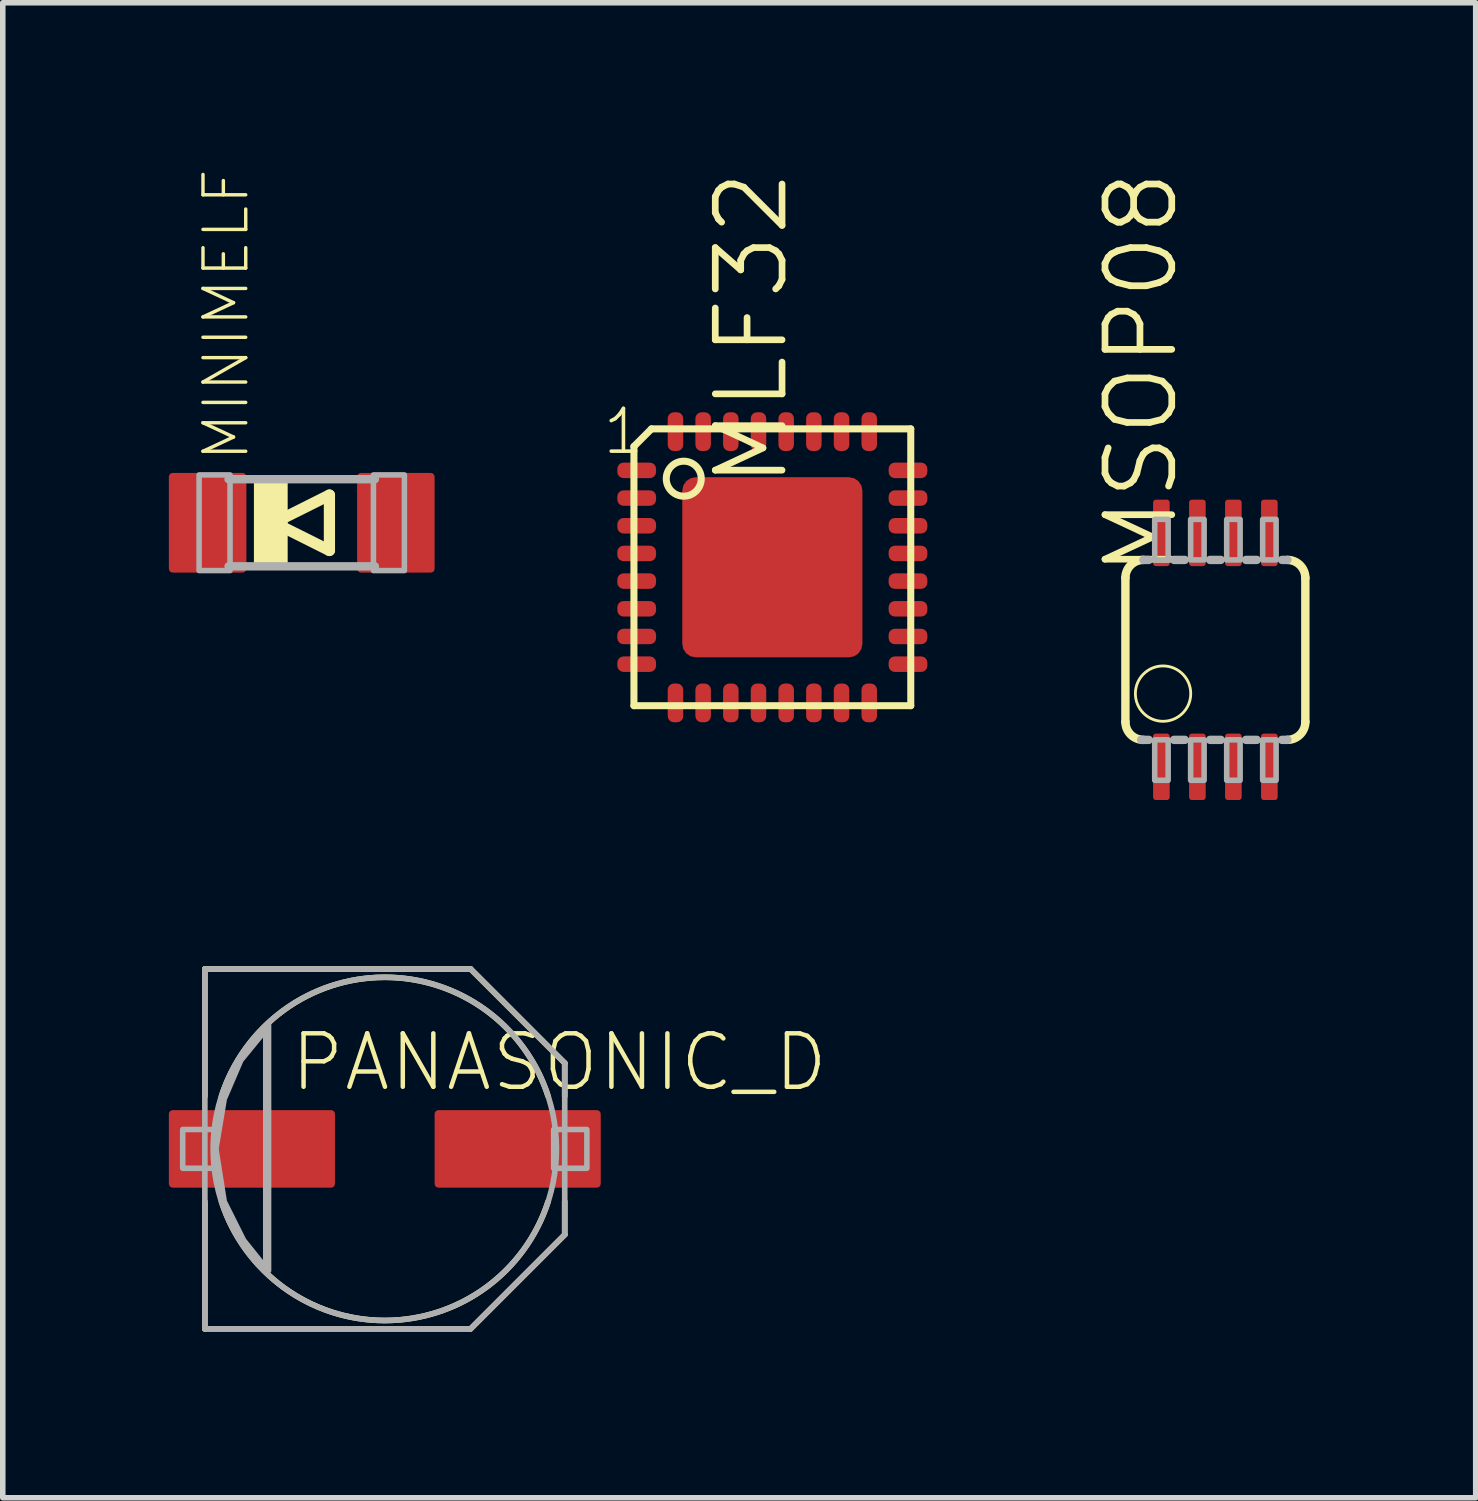
<source format=kicad_pcb>
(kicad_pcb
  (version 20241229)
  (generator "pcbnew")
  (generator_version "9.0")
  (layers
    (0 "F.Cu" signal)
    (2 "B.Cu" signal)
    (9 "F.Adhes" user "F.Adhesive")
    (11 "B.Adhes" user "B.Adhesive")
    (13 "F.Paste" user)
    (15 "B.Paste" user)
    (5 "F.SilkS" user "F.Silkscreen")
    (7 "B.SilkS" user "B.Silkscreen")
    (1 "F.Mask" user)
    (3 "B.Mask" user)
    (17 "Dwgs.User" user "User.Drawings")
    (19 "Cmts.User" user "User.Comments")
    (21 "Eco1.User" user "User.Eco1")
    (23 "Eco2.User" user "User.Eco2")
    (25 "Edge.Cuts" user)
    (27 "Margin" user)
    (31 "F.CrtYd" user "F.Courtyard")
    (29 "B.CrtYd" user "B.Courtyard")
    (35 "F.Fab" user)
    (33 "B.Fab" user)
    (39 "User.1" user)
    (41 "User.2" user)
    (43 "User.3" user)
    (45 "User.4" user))
  (footprint "MINIMELF"
    (layer "F.Cu")
    (at 2.4 6.392)
    (property "Reference" "MINIMELF" (at -0.914 -1.067 270) (layer "F.SilkS") (effects (font (size 0.772 0.772) (thickness 0.062)) (justify left bottom)))
    (attr through_hole)
    (fp_line (start -0.5 0) (end 0.5 0.5) (stroke (width 0.203) (type solid)) (layer "F.SilkS"))
    (fp_line (start 0.5 -0.5) (end -0.5 0) (stroke (width 0.203) (type solid)) (layer "F.SilkS"))
    (fp_line (start 0.5 0.5) (end 0.5 -0.5) (stroke (width 0.203) (type solid)) (layer "F.SilkS"))
    (fp_poly (pts (xy -0.864 0.787) (xy -0.254 0.787) (xy -0.254 -0.787) (xy -0.864 -0.787)) (stroke (width 0) (type solid)) (fill yes) (layer "F.SilkS"))
    (fp_line (start 1.321 -0.787) (end -1.321 -0.787) (stroke (width 0.152) (type solid)) (layer "F.Fab"))
    (fp_line (start 1.321 0.787) (end -1.321 0.787) (stroke (width 0.152) (type solid)) (layer "F.Fab"))
    (fp_poly (pts (xy -1.854 0.864) (xy -1.295 0.864) (xy -1.295 -0.864) (xy -1.854 -0.864)) (stroke (width 0.1) (type solid)) (fill no) (layer "F.Fab"))
    (fp_poly (pts (xy 1.295 0.864) (xy 1.854 0.864) (xy 1.854 -0.864) (xy 1.295 -0.864)) (stroke (width 0.1) (type solid)) (fill no) (layer "F.Fab"))
    (pad "A" smd roundrect (at 1.7 0) (size 1.4 1.8) (layers "F.Cu" "F.Mask" "F.Paste") (roundrect_rratio 0.05))
    (pad "C" smd roundrect (at -1.7 0) (size 1.4 1.8) (layers "F.Cu" "F.Mask" "F.Paste") (roundrect_rratio 0.05)))
  (footprint "PANASONIC_D"
    (layer "F.Cu")
    (at 3.9 17.701)
    (property "Reference" "PANASONIC_D" (at -1.75 -1 0) (layer "F.SilkS") (effects (font (size 0.965 0.965) (thickness 0.081)) (justify left bottom)))
    (attr through_hole)
    (fp_line (start -3.25 -3.25) (end 1.55 -3.25) (stroke (width 0.102) (type solid)) (layer "F.SilkS"))
    (fp_line (start -3.25 -0.95) (end -3.25 -3.25) (stroke (width 0.102) (type solid)) (layer "F.SilkS"))
    (fp_line (start -3.25 3.25) (end -3.25 0.95) (stroke (width 0.102) (type solid)) (layer "F.SilkS"))
    (fp_line (start 1.55 -3.25) (end 3.25 -1.55) (stroke (width 0.102) (type solid)) (layer "F.SilkS"))
    (fp_line (start 1.55 3.25) (end -3.25 3.25) (stroke (width 0.102) (type solid)) (layer "F.SilkS"))
    (fp_line (start 3.25 -1.55) (end 3.25 -0.95) (stroke (width 0.102) (type solid)) (layer "F.SilkS"))
    (fp_line (start 3.25 0.95) (end 3.25 1.55) (stroke (width 0.102) (type solid)) (layer "F.SilkS"))
    (fp_line (start 3.25 1.55) (end 1.55 3.25) (stroke (width 0.102) (type solid)) (layer "F.SilkS"))
    (fp_arc (start -2.95 -0.95) (mid 0 -3.099193) (end 2.95 -0.95) (stroke (width 0.1016) (type solid)) (layer "F.SilkS"))
    (fp_arc (start 2.95 0.95) (mid 0 3.099193) (end -2.95 0.95) (stroke (width 0.1016) (type solid)) (layer "F.SilkS"))
    (fp_line (start -3.25 -3.25) (end 1.55 -3.25) (stroke (width 0.102) (type solid)) (layer "F.Fab"))
    (fp_line (start -3.25 3.25) (end -3.25 -3.25) (stroke (width 0.102) (type solid)) (layer "F.Fab"))
    (fp_line (start -2.1 -2.25) (end -2.1 2.2) (stroke (width 0.102) (type solid)) (layer "F.Fab"))
    (fp_line (start 1.55 -3.25) (end 3.25 -1.55) (stroke (width 0.102) (type solid)) (layer "F.Fab"))
    (fp_line (start 1.55 3.25) (end -3.25 3.25) (stroke (width 0.102) (type solid)) (layer "F.Fab"))
    (fp_line (start 3.25 -1.55) (end 3.25 1.55) (stroke (width 0.102) (type solid)) (layer "F.Fab"))
    (fp_line (start 3.25 1.55) (end 1.55 3.25) (stroke (width 0.102) (type solid)) (layer "F.Fab"))
    (fp_circle (center 0 0) (end 3.1 0) (stroke (width 0.102) (type solid)) (fill no) (layer "F.Fab"))
    (fp_poly (pts (xy -3.65 0.35) (xy -3.05 0.35) (xy -3.05 -0.35) (xy -3.65 -0.35)) (stroke (width 0.1) (type solid)) (fill no) (layer "F.Fab"))
    (fp_poly (pts (xy 3.05 0.35) (xy 3.65 0.35) (xy 3.65 -0.35) (xy 3.05 -0.35)) (stroke (width 0.1) (type solid)) (fill no) (layer "F.Fab"))
    (fp_poly (pts (xy -2.15 -2.15) (xy -2.6 -1.6) (xy -2.9 -0.9) (xy -3.05 0) (xy -2.9 0.95) (xy -2.55 1.65) (xy -2.15 2.15) (xy -2.15 -2.1)) (stroke (width 0.1) (type solid)) (fill no) (layer "F.Fab"))
    (pad "+" smd roundrect (at 2.4 0) (size 3 1.4) (layers "F.Cu" "F.Mask" "F.Paste") (roundrect_rratio 0.05))
    (pad "-" smd roundrect (at -2.4 0) (size 3 1.4) (layers "F.Cu" "F.Mask" "F.Paste") (roundrect_rratio 0.05)))
  (footprint "MSOP08"
    (layer "F.Cu")
    (at 18.903 8.687)
    (property "Reference" "MSOP08" (at -0.635 -1.27 270) (layer "F.SilkS") (effects (font (size 1.206 1.206) (thickness 0.121)) (justify left bottom)))
    (attr through_hole)
    (fp_line (start -1.626 1.301) (end -1.626 -1.299) (stroke (width 0.152) (type solid)) (layer "F.SilkS"))
    (fp_line (start 1.624 -1.299) (end 1.624 1.301) (stroke (width 0.152) (type solid)) (layer "F.SilkS"))
    (fp_arc (start -1.626 -1.299) (mid -1.53081 -1.52881) (end -1.301 -1.624) (stroke (width 0.1524) (type solid)) (layer "F.SilkS"))
    (fp_arc (start -1.301 1.626) (mid -1.53081 1.53081) (end -1.626 1.301) (stroke (width 0.1524) (type solid)) (layer "F.SilkS"))
    (fp_arc (start 1.299 -1.624) (mid 1.52881 -1.52881) (end 1.624 -1.299) (stroke (width 0.1524) (type solid)) (layer "F.SilkS"))
    (fp_arc (start 1.624 1.301) (mid 1.52881 1.53081) (end 1.299 1.626) (stroke (width 0.1524) (type solid)) (layer "F.SilkS"))
    (fp_circle (center -0.946 0.791) (end -0.446 0.791) (stroke (width 0.051) (type solid)) (fill no) (layer "F.SilkS"))
    (fp_line (start -1.341 1.626) (end -1.204 1.626) (stroke (width 0.152) (type solid)) (layer "F.Fab"))
    (fp_line (start -1.301 -1.624) (end -1.204 -1.624) (stroke (width 0.152) (type solid)) (layer "F.Fab"))
    (fp_line (start -0.747 -1.624) (end -0.554 -1.624) (stroke (width 0.152) (type solid)) (layer "F.Fab"))
    (fp_line (start -0.747 1.626) (end -0.554 1.626) (stroke (width 0.152) (type solid)) (layer "F.Fab"))
    (fp_line (start -0.097 -1.624) (end 0.096 -1.624) (stroke (width 0.152) (type solid)) (layer "F.Fab"))
    (fp_line (start -0.097 1.626) (end 0.096 1.626) (stroke (width 0.152) (type solid)) (layer "F.Fab"))
    (fp_line (start 0.553 -1.624) (end 0.746 -1.624) (stroke (width 0.152) (type solid)) (layer "F.Fab"))
    (fp_line (start 0.553 1.626) (end 0.746 1.626) (stroke (width 0.152) (type solid)) (layer "F.Fab"))
    (fp_line (start 1.203 -1.624) (end 1.299 -1.624) (stroke (width 0.152) (type solid)) (layer "F.Fab"))
    (fp_line (start 1.203 1.626) (end 1.299 1.626) (stroke (width 0.152) (type solid)) (layer "F.Fab"))
    (fp_poly (pts (xy -1.097 -1.624) (xy -0.854 -1.624) (xy -0.854 -2.356) (xy -1.097 -2.356)) (stroke (width 0.1) (type solid)) (fill no) (layer "F.Fab"))
    (fp_poly (pts (xy -1.097 2.357) (xy -0.854 2.357) (xy -0.854 1.626) (xy -1.097 1.626)) (stroke (width 0.1) (type solid)) (fill no) (layer "F.Fab"))
    (fp_poly (pts (xy -0.448 -1.624) (xy -0.204 -1.624) (xy -0.204 -2.356) (xy -0.448 -2.356)) (stroke (width 0.1) (type solid)) (fill no) (layer "F.Fab"))
    (fp_poly (pts (xy -0.448 2.357) (xy -0.204 2.357) (xy -0.204 1.626) (xy -0.448 1.626)) (stroke (width 0.1) (type solid)) (fill no) (layer "F.Fab"))
    (fp_poly (pts (xy 0.203 -1.624) (xy 0.446 -1.624) (xy 0.446 -2.356) (xy 0.203 -2.356)) (stroke (width 0.1) (type solid)) (fill no) (layer "F.Fab"))
    (fp_poly (pts (xy 0.203 2.357) (xy 0.446 2.357) (xy 0.446 1.626) (xy 0.203 1.626)) (stroke (width 0.1) (type solid)) (fill no) (layer "F.Fab"))
    (fp_poly (pts (xy 0.853 -1.624) (xy 1.096 -1.624) (xy 1.096 -2.356) (xy 0.853 -2.356)) (stroke (width 0.1) (type solid)) (fill no) (layer "F.Fab"))
    (fp_poly (pts (xy 0.853 2.357) (xy 1.096 2.357) (xy 1.096 1.626) (xy 0.853 1.626)) (stroke (width 0.1) (type solid)) (fill no) (layer "F.Fab"))
    (pad "1" smd roundrect (at -0.976 2.113) (size 0.3 1.2) (layers "F.Cu" "F.Mask" "F.Paste") (roundrect_rratio 0.169))
    (pad "2" smd roundrect (at -0.326 2.113) (size 0.3 1.2) (layers "F.Cu" "F.Mask" "F.Paste") (roundrect_rratio 0.169))
    (pad "3" smd roundrect (at 0.324 2.113) (size 0.3 1.2) (layers "F.Cu" "F.Mask" "F.Paste") (roundrect_rratio 0.169))
    (pad "4" smd roundrect (at 0.974 2.113) (size 0.3 1.2) (layers "F.Cu" "F.Mask" "F.Paste") (roundrect_rratio 0.169))
    (pad "5" smd roundrect (at 0.974 -2.112) (size 0.3 1.2) (layers "F.Cu" "F.Mask" "F.Paste") (roundrect_rratio 0.169))
    (pad "6" smd roundrect (at 0.324 -2.112) (size 0.3 1.2) (layers "F.Cu" "F.Mask" "F.Paste") (roundrect_rratio 0.169))
    (pad "7" smd roundrect (at -0.326 -2.112) (size 0.3 1.2) (layers "F.Cu" "F.Mask" "F.Paste") (roundrect_rratio 0.169))
    (pad "8" smd roundrect (at -0.976 -2.112) (size 0.3 1.2) (layers "F.Cu" "F.Mask" "F.Paste") (roundrect_rratio 0.169)))
  (footprint "MLF32"
    (layer "F.Cu")
    (at 10.9 7.196)
    (property "Reference" "MLF32" (at 0.329 -1.387 270) (layer "F.SilkS") (effects (font (size 1.206 1.206) (thickness 0.121)) (justify left bottom)))
    (attr through_hole)
    (fp_poly (pts (xy 0 -1.27) (xy 0.248 -1.246) (xy 0.486 -1.173) (xy 0.706 -1.056) (xy 0.898 -0.898) (xy 1.056 -0.706) (xy 1.173 -0.486) (xy 1.27 0) (xy 1.246 0.248) (xy 1.173 0.486) (xy 1.056 0.706) (xy 0.898 0.898) (xy 0.706 1.056) (xy 0.486 1.173) (xy 0 1.27) (xy -0.248 1.246) (xy -0.486 1.173) (xy -0.706 1.056) (xy -0.898 0.898) (xy -1.056 0.706) (xy -1.173 0.486) (xy -1.27 0) (xy -1.246 -0.248) (xy -1.173 -0.486) (xy -1.056 -0.706) (xy -0.898 -0.898) (xy -0.706 -1.056) (xy -0.486 -1.173)) (stroke (width 0) (type solid)) (fill yes) (layer "F.Mask"))
    (fp_line (start -2.5 -2.183) (end -2.5 2.5) (stroke (width 0.127) (type solid)) (layer "F.SilkS"))
    (fp_line (start -2.5 2.5) (end 2.5 2.5) (stroke (width 0.127) (type solid)) (layer "F.SilkS"))
    (fp_line (start -2.183 -2.5) (end -2.5 -2.183) (stroke (width 0.127) (type solid)) (layer "F.SilkS"))
    (fp_line (start 2.5 -2.5) (end -2.183 -2.5) (stroke (width 0.127) (type solid)) (layer "F.SilkS"))
    (fp_line (start 2.5 2.5) (end 2.5 -2.5) (stroke (width 0.127) (type solid)) (layer "F.SilkS"))
    (fp_circle (center -1.6 -1.6) (end -1.284 -1.6) (stroke (width 0.127) (type solid)) (fill no) (layer "F.SilkS"))
    (fp_poly (pts (xy -0.635 0.635) (xy 0.635 0.635) (xy 0.635 -0.635) (xy -0.635 -0.635)) (stroke (width 0) (type solid)) (fill yes) (layer "F.Paste"))
    (fp_text user "1" (at -3.1 -2 0) (layer "F.SilkS") (effects (font (size 0.772 0.772) (thickness 0.065)) (justify left bottom)))
    (pad "1" smd roundrect (at -2.45 -1.75 90) (size 0.28 0.7) (layers "F.Cu" "F.Mask" "F.Paste") (roundrect_rratio 0.4))
    (pad "2" smd roundrect (at -2.45 -1.25 90) (size 0.28 0.7) (layers "F.Cu" "F.Mask" "F.Paste") (roundrect_rratio 0.4))
    (pad "3" smd roundrect (at -2.45 -0.75 90) (size 0.28 0.7) (layers "F.Cu" "F.Mask" "F.Paste") (roundrect_rratio 0.4))
    (pad "4" smd roundrect (at -2.45 -0.25 90) (size 0.28 0.7) (layers "F.Cu" "F.Mask" "F.Paste") (roundrect_rratio 0.4))
    (pad "5" smd roundrect (at -2.45 0.25 90) (size 0.28 0.7) (layers "F.Cu" "F.Mask" "F.Paste") (roundrect_rratio 0.4))
    (pad "6" smd roundrect (at -2.45 0.75 90) (size 0.28 0.7) (layers "F.Cu" "F.Mask" "F.Paste") (roundrect_rratio 0.4))
    (pad "7" smd roundrect (at -2.45 1.25 90) (size 0.28 0.7) (layers "F.Cu" "F.Mask" "F.Paste") (roundrect_rratio 0.4))
    (pad "8" smd roundrect (at -2.45 1.75 90) (size 0.28 0.7) (layers "F.Cu" "F.Mask" "F.Paste") (roundrect_rratio 0.4))
    (pad "9" smd roundrect (at -1.75 2.45 180) (size 0.28 0.7) (layers "F.Cu" "F.Mask" "F.Paste") (roundrect_rratio 0.4))
    (pad "10" smd roundrect (at -1.25 2.45 180) (size 0.28 0.7) (layers "F.Cu" "F.Mask" "F.Paste") (roundrect_rratio 0.4))
    (pad "11" smd roundrect (at -0.75 2.45 180) (size 0.28 0.7) (layers "F.Cu" "F.Mask" "F.Paste") (roundrect_rratio 0.4))
    (pad "12" smd roundrect (at -0.25 2.45 180) (size 0.28 0.7) (layers "F.Cu" "F.Mask" "F.Paste") (roundrect_rratio 0.4))
    (pad "13" smd roundrect (at 0.25 2.45 180) (size 0.28 0.7) (layers "F.Cu" "F.Mask" "F.Paste") (roundrect_rratio 0.4))
    (pad "14" smd roundrect (at 0.75 2.45 180) (size 0.28 0.7) (layers "F.Cu" "F.Mask" "F.Paste") (roundrect_rratio 0.4))
    (pad "15" smd roundrect (at 1.25 2.45 180) (size 0.28 0.7) (layers "F.Cu" "F.Mask" "F.Paste") (roundrect_rratio 0.4))
    (pad "16" smd roundrect (at 1.75 2.45 180) (size 0.28 0.7) (layers "F.Cu" "F.Mask" "F.Paste") (roundrect_rratio 0.4))
    (pad "17" smd roundrect (at 2.45 1.75 90) (size 0.28 0.7) (layers "F.Cu" "F.Mask" "F.Paste") (roundrect_rratio 0.4))
    (pad "18" smd roundrect (at 2.45 1.25 90) (size 0.28 0.7) (layers "F.Cu" "F.Mask" "F.Paste") (roundrect_rratio 0.4))
    (pad "19" smd roundrect (at 2.45 0.75 90) (size 0.28 0.7) (layers "F.Cu" "F.Mask" "F.Paste") (roundrect_rratio 0.4))
    (pad "20" smd roundrect (at 2.45 0.25 90) (size 0.28 0.7) (layers "F.Cu" "F.Mask" "F.Paste") (roundrect_rratio 0.4))
    (pad "21" smd roundrect (at 2.45 -0.25 90) (size 0.28 0.7) (layers "F.Cu" "F.Mask" "F.Paste") (roundrect_rratio 0.4))
    (pad "22" smd roundrect (at 2.45 -0.75 90) (size 0.28 0.7) (layers "F.Cu" "F.Mask" "F.Paste") (roundrect_rratio 0.4))
    (pad "23" smd roundrect (at 2.45 -1.25 90) (size 0.28 0.7) (layers "F.Cu" "F.Mask" "F.Paste") (roundrect_rratio 0.4))
    (pad "24" smd roundrect (at 2.45 -1.75 90) (size 0.28 0.7) (layers "F.Cu" "F.Mask" "F.Paste") (roundrect_rratio 0.4))
    (pad "25" smd roundrect (at 1.75 -2.45 180) (size 0.28 0.7) (layers "F.Cu" "F.Mask" "F.Paste") (roundrect_rratio 0.4))
    (pad "26" smd roundrect (at 1.25 -2.45 180) (size 0.28 0.7) (layers "F.Cu" "F.Mask" "F.Paste") (roundrect_rratio 0.4))
    (pad "27" smd roundrect (at 0.75 -2.45 180) (size 0.28 0.7) (layers "F.Cu" "F.Mask" "F.Paste") (roundrect_rratio 0.4))
    (pad "28" smd roundrect (at 0.25 -2.45 180) (size 0.28 0.7) (layers "F.Cu" "F.Mask" "F.Paste") (roundrect_rratio 0.4))
    (pad "29" smd roundrect (at -0.25 -2.45 180) (size 0.28 0.7) (layers "F.Cu" "F.Mask" "F.Paste") (roundrect_rratio 0.4))
    (pad "30" smd roundrect (at -0.75 -2.45 180) (size 0.28 0.7) (layers "F.Cu" "F.Mask" "F.Paste") (roundrect_rratio 0.4))
    (pad "31" smd roundrect (at -1.25 -2.45 180) (size 0.28 0.7) (layers "F.Cu" "F.Mask" "F.Paste") (roundrect_rratio 0.4))
    (pad "32" smd roundrect (at -1.75 -2.45 180) (size 0.28 0.7) (layers "F.Cu" "F.Mask" "F.Paste") (roundrect_rratio 0.4))
    (pad "33" smd roundrect (at 0 0 180) (size 3.254 3.254) (layers "F.Cu" "F.Mask") (roundrect_rratio 0.075)))
  (gr_rect
    (start -3 -3)
    (end 23.604 24.002)
    (stroke (width 0.1) (type default))
    (fill no)
    (layer "Edge.Cuts")))
</source>
